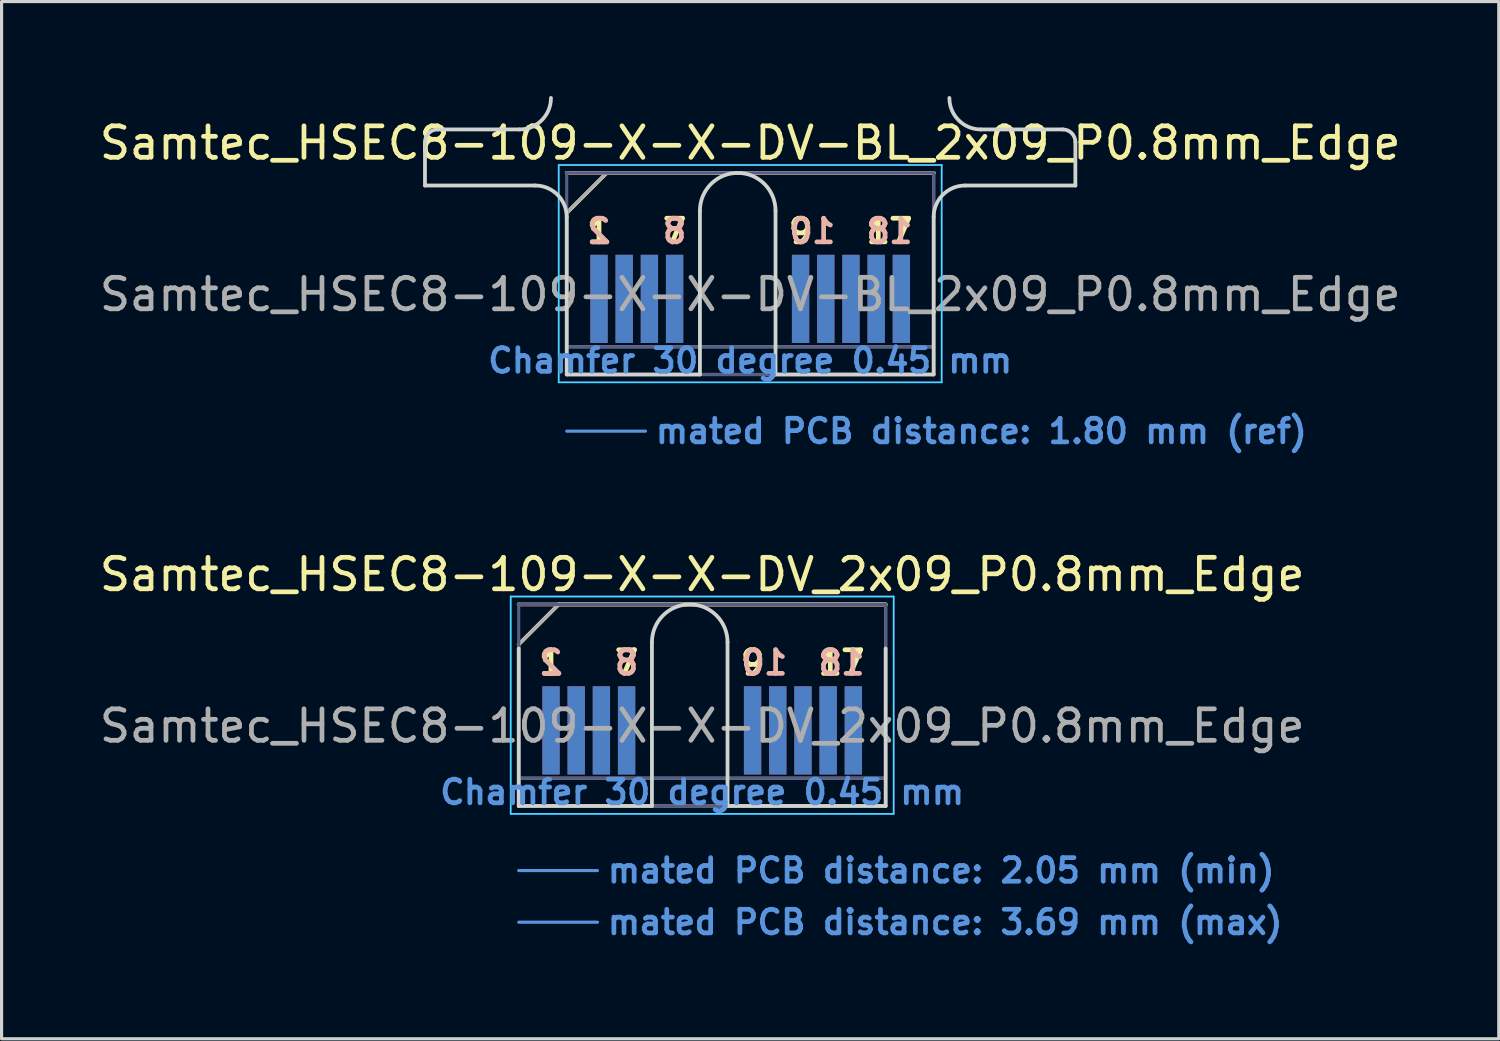
<source format=kicad_pcb>
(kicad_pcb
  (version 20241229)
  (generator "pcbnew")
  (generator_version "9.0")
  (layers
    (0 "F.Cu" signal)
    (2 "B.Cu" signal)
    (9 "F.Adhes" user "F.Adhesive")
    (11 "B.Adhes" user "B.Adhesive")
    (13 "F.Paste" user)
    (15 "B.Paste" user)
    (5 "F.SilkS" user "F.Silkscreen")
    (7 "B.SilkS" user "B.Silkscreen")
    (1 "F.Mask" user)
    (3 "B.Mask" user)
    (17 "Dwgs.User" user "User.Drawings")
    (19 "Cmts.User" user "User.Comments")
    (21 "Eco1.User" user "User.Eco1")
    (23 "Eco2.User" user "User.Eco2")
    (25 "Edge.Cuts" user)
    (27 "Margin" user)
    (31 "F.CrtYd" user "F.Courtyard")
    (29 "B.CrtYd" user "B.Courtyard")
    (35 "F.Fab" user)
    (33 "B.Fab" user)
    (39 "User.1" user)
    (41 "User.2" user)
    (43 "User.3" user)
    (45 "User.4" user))
  (footprint "Samtec_HSEC8-109-X-X-DV-BL_2x09_P0.8mm_Edge"
    (layer "F.Cu")
    (at 20.768 8.84)
    (property "Reference" "Samtec_HSEC8-109-X-X-DV-BL_2x09_P0.8mm_Edge" (at 0 -7.35 0) (layer "F.SilkS") (effects (font (size 1 1) (thickness 0.15))))
    (attr exclude_from_pos_files exclude_from_bom)
    (fp_line (start -5.825 -5.13) (end -4.555 -6.4) (stroke (width 0.12) (type solid)) (layer "F.SilkS"))
    (fp_line (start -4.555 -6.4) (end 5.825 -6.4) (stroke (width 0.12) (type solid)) (layer "F.SilkS"))
    (fp_line (start -5.825 -6.4) (end -5.825 -6.4) (stroke (width 0.12) (type solid)) (layer "B.SilkS"))
    (fp_line (start -5.825 -6.4) (end 5.825 -6.4) (stroke (width 0.12) (type solid)) (layer "B.SilkS"))
    (fp_line (start -5.825 1.8) (end -3.325 1.8) (stroke (width 0.1) (type solid)) (layer "Cmts.User"))
    (fp_line (start -10.325 -6) (end -10.325 -7.38) (stroke (width 0.12) (type solid)) (layer "Edge.Cuts"))
    (fp_line (start -9.925 -7.78) (end -7.325 -7.78) (stroke (width 0.12) (type solid)) (layer "Edge.Cuts"))
    (fp_line (start -6.825 -6) (end -10.325 -6) (stroke (width 0.12) (type solid)) (layer "Edge.Cuts"))
    (fp_line (start -5.825 -5) (end -5.825 0) (stroke (width 0.12) (type solid)) (layer "Edge.Cuts"))
    (fp_line (start -5.825 0) (end -1.595 0) (stroke (width 0.12) (type solid)) (layer "Edge.Cuts"))
    (fp_line (start -1.595 0) (end -1.595 -5.2) (stroke (width 0.12) (type solid)) (layer "Edge.Cuts"))
    (fp_line (start 0.805 -5.2) (end 0.805 0) (stroke (width 0.12) (type solid)) (layer "Edge.Cuts"))
    (fp_line (start 0.805 0) (end 5.825 0) (stroke (width 0.12) (type solid)) (layer "Edge.Cuts"))
    (fp_line (start 5.825 0) (end 5.825 -5) (stroke (width 0.12) (type solid)) (layer "Edge.Cuts"))
    (fp_line (start 6.825 -6) (end 10.325 -6) (stroke (width 0.12) (type solid)) (layer "Edge.Cuts"))
    (fp_line (start 9.925 -7.78) (end 7.325 -7.78) (stroke (width 0.12) (type solid)) (layer "Edge.Cuts"))
    (fp_line (start 10.325 -6) (end 10.325 -7.38) (stroke (width 0.12) (type solid)) (layer "Edge.Cuts"))
    (fp_arc (start -10.325 -7.38) (mid -10.207843 -7.662843) (end -9.925 -7.78) (stroke (width 0.12) (type solid)) (layer "Edge.Cuts"))
    (fp_arc (start -6.825 -6) (mid -6.117893 -5.707107) (end -5.825 -5) (stroke (width 0.12) (type solid)) (layer "Edge.Cuts"))
    (fp_arc (start -6.325 -8.78) (mid -6.617893 -8.072893) (end -7.325 -7.78) (stroke (width 0.12) (type solid)) (layer "Edge.Cuts"))
    (fp_arc (start -1.595 -5.2) (mid -0.395 -6.4) (end 0.805 -5.2) (stroke (width 0.12) (type solid)) (layer "Edge.Cuts"))
    (fp_arc (start 5.825 -5) (mid 6.117893 -5.707107) (end 6.825 -6) (stroke (width 0.12) (type solid)) (layer "Edge.Cuts"))
    (fp_arc (start 7.325 -7.78) (mid 6.617893 -8.072893) (end 6.325 -8.78) (stroke (width 0.12) (type solid)) (layer "Edge.Cuts"))
    (fp_arc (start 9.925 -7.78) (mid 10.207843 -7.662843) (end 10.325 -7.38) (stroke (width 0.12) (type solid)) (layer "Edge.Cuts"))
    (fp_line (start -6.08 -6.65) (end -6.08 0.25) (stroke (width 0.05) (type solid)) (layer "B.CrtYd"))
    (fp_line (start -6.08 0.25) (end 6.08 0.25) (stroke (width 0.05) (type solid)) (layer "B.CrtYd"))
    (fp_line (start 6.08 -6.65) (end -6.08 -6.65) (stroke (width 0.05) (type solid)) (layer "B.CrtYd"))
    (fp_line (start 6.08 0.25) (end 6.08 -6.65) (stroke (width 0.05) (type solid)) (layer "B.CrtYd"))
    (fp_line (start -6.08 -6.65) (end -6.08 0.25) (stroke (width 0.05) (type solid)) (layer "F.CrtYd"))
    (fp_line (start -6.08 0.25) (end 6.08 0.25) (stroke (width 0.05) (type solid)) (layer "F.CrtYd"))
    (fp_line (start 6.08 -6.65) (end -6.08 -6.65) (stroke (width 0.05) (type solid)) (layer "F.CrtYd"))
    (fp_line (start 6.08 0.25) (end 6.08 -6.65) (stroke (width 0.05) (type solid)) (layer "F.CrtYd"))
    (fp_line (start -5.825 -6.4) (end -5.825 -6.4) (stroke (width 0.1) (type solid)) (layer "B.Fab"))
    (fp_line (start -5.825 -6.4) (end -5.825 0) (stroke (width 0.1) (type solid)) (layer "B.Fab"))
    (fp_line (start -5.825 -6.4) (end 5.825 -6.4) (stroke (width 0.1) (type solid)) (layer "B.Fab"))
    (fp_line (start -5.825 -0.88) (end 5.825 -0.88) (stroke (width 0.1) (type solid)) (layer "B.Fab"))
    (fp_line (start -5.825 0) (end 5.825 0) (stroke (width 0.1) (type solid)) (layer "B.Fab"))
    (fp_line (start 5.825 -6.4) (end 5.825 0) (stroke (width 0.1) (type solid)) (layer "B.Fab"))
    (fp_line (start -5.825 -5.13) (end -5.825 0) (stroke (width 0.1) (type solid)) (layer "F.Fab"))
    (fp_line (start -5.825 -5.13) (end -4.555 -6.4) (stroke (width 0.1) (type solid)) (layer "F.Fab"))
    (fp_line (start -5.825 -0.88) (end 5.825 -0.88) (stroke (width 0.1) (type solid)) (layer "F.Fab"))
    (fp_line (start -5.825 0) (end 5.825 0) (stroke (width 0.1) (type solid)) (layer "F.Fab"))
    (fp_line (start -4.555 -6.4) (end 5.825 -6.4) (stroke (width 0.1) (type solid)) (layer "F.Fab"))
    (fp_line (start 5.825 -6.4) (end 5.825 0) (stroke (width 0.1) (type solid)) (layer "F.Fab"))
    (fp_text user "7" (at -2.4 -4.55 0) (layer "F.SilkS") (effects (font (size 0.75 0.75) (thickness 0.15))))
    (fp_text user "1" (at -4.8 -4.55 0) (layer "F.SilkS") (effects (font (size 0.75 0.75) (thickness 0.15))))
    (fp_text user "17" (at 4.425 -4.55 0) (layer "F.SilkS") (effects (font (size 0.75 0.75) (thickness 0.15))))
    (fp_text user "9" (at 1.6 -4.55 0) (layer "F.SilkS") (effects (font (size 0.75 0.75) (thickness 0.15))))
    (fp_text user "2" (at -4.8 -4.55 0) (layer "B.SilkS") (effects (font (size 0.75 0.75) (thickness 0.15)) (justify mirror)))
    (fp_text user "10" (at 1.975 -4.55 0) (layer "B.SilkS") (effects (font (size 0.75 0.75) (thickness 0.15)) (justify mirror)))
    (fp_text user "18" (at 4.425 -4.55 0) (layer "B.SilkS") (effects (font (size 0.75 0.75) (thickness 0.15)) (justify mirror)))
    (fp_text user "8" (at -2.4 -4.55 0) (layer "B.SilkS") (effects (font (size 0.75 0.75) (thickness 0.15)) (justify mirror)))
    (fp_text user "Chamfer 30 degree 0.45 mm" (at 0 -0.44 0) (layer "Cmts.User") (effects (font (size 0.75 0.75) (thickness 0.15))))
    (fp_text user "mated PCB distance: 1.80 mm (ref)" (at -3.08 1.8 0) (layer "Cmts.User") (effects (font (size 0.75 0.75) (thickness 0.15)) (justify left)))
    (fp_text user "${REFERENCE}" (at 0 -2.54 0) (layer "F.Fab") (effects (font (size 1 1) (thickness 0.15))))
    (pad "1" connect rect (at -4.8 -2.4) (size 0.55 2.8) (layers "F.Cu" "F.Mask"))
    (pad "2" connect rect (at -4.8 -2.4) (size 0.55 2.8) (layers "B.Cu" "B.Mask"))
    (pad "3" connect rect (at -4 -2.4) (size 0.55 2.8) (layers "F.Cu" "F.Mask"))
    (pad "4" connect rect (at -4 -2.4) (size 0.55 2.8) (layers "B.Cu" "B.Mask"))
    (pad "5" connect rect (at -3.2 -2.4) (size 0.55 2.8) (layers "F.Cu" "F.Mask"))
    (pad "6" connect rect (at -3.2 -2.4) (size 0.55 2.8) (layers "B.Cu" "B.Mask"))
    (pad "7" connect rect (at -2.4 -2.4) (size 0.55 2.8) (layers "F.Cu" "F.Mask"))
    (pad "8" connect rect (at -2.4 -2.4) (size 0.55 2.8) (layers "B.Cu" "B.Mask"))
    (pad "9" connect rect (at 1.6 -2.4) (size 0.55 2.8) (layers "F.Cu" "F.Mask"))
    (pad "10" connect rect (at 1.6 -2.4) (size 0.55 2.8) (layers "B.Cu" "B.Mask"))
    (pad "11" connect rect (at 2.4 -2.4) (size 0.55 2.8) (layers "F.Cu" "F.Mask"))
    (pad "12" connect rect (at 2.4 -2.4) (size 0.55 2.8) (layers "B.Cu" "B.Mask"))
    (pad "13" connect rect (at 3.2 -2.4) (size 0.55 2.8) (layers "F.Cu" "F.Mask"))
    (pad "14" connect rect (at 3.2 -2.4) (size 0.55 2.8) (layers "B.Cu" "B.Mask"))
    (pad "15" connect rect (at 4 -2.4) (size 0.55 2.8) (layers "F.Cu" "F.Mask"))
    (pad "16" connect rect (at 4 -2.4) (size 0.55 2.8) (layers "B.Cu" "B.Mask"))
    (pad "17" connect rect (at 4.8 -2.4) (size 0.55 2.8) (layers "F.Cu" "F.Mask"))
    (pad "18" connect rect (at 4.8 -2.4) (size 0.55 2.8) (layers "B.Cu" "B.Mask")))
  (footprint "Samtec_HSEC8-109-X-X-DV_2x09_P0.8mm_Edge"
    (layer "F.Cu")
    (at 19.244 22.54)
    (property "Reference" "Samtec_HSEC8-109-X-X-DV_2x09_P0.8mm_Edge" (at 0 -7.35 0) (layer "F.SilkS") (effects (font (size 1 1) (thickness 0.15))))
    (attr exclude_from_pos_files exclude_from_bom)
    (fp_line (start -5.825 -5.13) (end -4.555 -6.4) (stroke (width 0.12) (type solid)) (layer "F.SilkS"))
    (fp_line (start -4.555 -6.4) (end 5.825 -6.4) (stroke (width 0.12) (type solid)) (layer "F.SilkS"))
    (fp_line (start -5.825 -6.4) (end -5.825 -6.4) (stroke (width 0.12) (type solid)) (layer "B.SilkS"))
    (fp_line (start -5.825 -6.4) (end 5.825 -6.4) (stroke (width 0.12) (type solid)) (layer "B.SilkS"))
    (fp_line (start -5.825 2.05) (end -3.325 2.05) (stroke (width 0.1) (type solid)) (layer "Cmts.User"))
    (fp_line (start -5.825 3.69) (end -3.325 3.69) (stroke (width 0.1) (type solid)) (layer "Cmts.User"))
    (fp_line (start -5.825 -5) (end -5.825 0) (stroke (width 0.12) (type solid)) (layer "Edge.Cuts"))
    (fp_line (start -5.825 0) (end -1.595 0) (stroke (width 0.12) (type solid)) (layer "Edge.Cuts"))
    (fp_line (start -1.595 0) (end -1.595 -5.2) (stroke (width 0.12) (type solid)) (layer "Edge.Cuts"))
    (fp_line (start 0.805 -5.2) (end 0.805 0) (stroke (width 0.12) (type solid)) (layer "Edge.Cuts"))
    (fp_line (start 0.805 0) (end 5.825 0) (stroke (width 0.12) (type solid)) (layer "Edge.Cuts"))
    (fp_line (start 5.825 0) (end 5.825 -5) (stroke (width 0.12) (type solid)) (layer "Edge.Cuts"))
    (fp_arc (start -1.595 -5.2) (mid -0.395 -6.4) (end 0.805 -5.2) (stroke (width 0.12) (type solid)) (layer "Edge.Cuts"))
    (fp_line (start -6.08 -6.65) (end -6.08 0.25) (stroke (width 0.05) (type solid)) (layer "B.CrtYd"))
    (fp_line (start -6.08 0.25) (end 6.08 0.25) (stroke (width 0.05) (type solid)) (layer "B.CrtYd"))
    (fp_line (start 6.08 -6.65) (end -6.08 -6.65) (stroke (width 0.05) (type solid)) (layer "B.CrtYd"))
    (fp_line (start 6.08 0.25) (end 6.08 -6.65) (stroke (width 0.05) (type solid)) (layer "B.CrtYd"))
    (fp_line (start -6.08 -6.65) (end -6.08 0.25) (stroke (width 0.05) (type solid)) (layer "F.CrtYd"))
    (fp_line (start -6.08 0.25) (end 6.08 0.25) (stroke (width 0.05) (type solid)) (layer "F.CrtYd"))
    (fp_line (start 6.08 -6.65) (end -6.08 -6.65) (stroke (width 0.05) (type solid)) (layer "F.CrtYd"))
    (fp_line (start 6.08 0.25) (end 6.08 -6.65) (stroke (width 0.05) (type solid)) (layer "F.CrtYd"))
    (fp_line (start -5.825 -6.4) (end -5.825 -6.4) (stroke (width 0.1) (type solid)) (layer "B.Fab"))
    (fp_line (start -5.825 -6.4) (end -5.825 0) (stroke (width 0.1) (type solid)) (layer "B.Fab"))
    (fp_line (start -5.825 -6.4) (end 5.825 -6.4) (stroke (width 0.1) (type solid)) (layer "B.Fab"))
    (fp_line (start -5.825 -0.88) (end 5.825 -0.88) (stroke (width 0.1) (type solid)) (layer "B.Fab"))
    (fp_line (start -5.825 0) (end 5.825 0) (stroke (width 0.1) (type solid)) (layer "B.Fab"))
    (fp_line (start 5.825 -6.4) (end 5.825 0) (stroke (width 0.1) (type solid)) (layer "B.Fab"))
    (fp_line (start -5.825 -5.13) (end -5.825 0) (stroke (width 0.1) (type solid)) (layer "F.Fab"))
    (fp_line (start -5.825 -5.13) (end -4.555 -6.4) (stroke (width 0.1) (type solid)) (layer "F.Fab"))
    (fp_line (start -5.825 -0.88) (end 5.825 -0.88) (stroke (width 0.1) (type solid)) (layer "F.Fab"))
    (fp_line (start -5.825 0) (end 5.825 0) (stroke (width 0.1) (type solid)) (layer "F.Fab"))
    (fp_line (start -4.555 -6.4) (end 5.825 -6.4) (stroke (width 0.1) (type solid)) (layer "F.Fab"))
    (fp_line (start 5.825 -6.4) (end 5.825 0) (stroke (width 0.1) (type solid)) (layer "F.Fab"))
    (fp_text user "1" (at -4.8 -4.55 0) (layer "F.SilkS") (effects (font (size 0.75 0.75) (thickness 0.15))))
    (fp_text user "17" (at 4.425 -4.55 0) (layer "F.SilkS") (effects (font (size 0.75 0.75) (thickness 0.15))))
    (fp_text user "9" (at 1.6 -4.55 0) (layer "F.SilkS") (effects (font (size 0.75 0.75) (thickness 0.15))))
    (fp_text user "7" (at -2.4 -4.55 0) (layer "F.SilkS") (effects (font (size 0.75 0.75) (thickness 0.15))))
    (fp_text user "10" (at 1.975 -4.55 0) (layer "B.SilkS") (effects (font (size 0.75 0.75) (thickness 0.15)) (justify mirror)))
    (fp_text user "2" (at -4.8 -4.55 0) (layer "B.SilkS") (effects (font (size 0.75 0.75) (thickness 0.15)) (justify mirror)))
    (fp_text user "18" (at 4.425 -4.55 0) (layer "B.SilkS") (effects (font (size 0.75 0.75) (thickness 0.15)) (justify mirror)))
    (fp_text user "8" (at -2.4 -4.55 0) (layer "B.SilkS") (effects (font (size 0.75 0.75) (thickness 0.15)) (justify mirror)))
    (fp_text user "mated PCB distance: 3.69 mm (max)" (at -3.08 3.69 0) (layer "Cmts.User") (effects (font (size 0.75 0.75) (thickness 0.15)) (justify left)))
    (fp_text user "Chamfer 30 degree 0.45 mm" (at 0 -0.44 0) (layer "Cmts.User") (effects (font (size 0.75 0.75) (thickness 0.15))))
    (fp_text user "mated PCB distance: 2.05 mm (min)" (at -3.08 2.05 0) (layer "Cmts.User") (effects (font (size 0.75 0.75) (thickness 0.15)) (justify left)))
    (fp_text user "${REFERENCE}" (at 0 -2.54 0) (layer "F.Fab") (effects (font (size 1 1) (thickness 0.15))))
    (pad "1" connect rect (at -4.8 -2.4) (size 0.55 2.8) (layers "F.Cu" "F.Mask"))
    (pad "2" connect rect (at -4.8 -2.4) (size 0.55 2.8) (layers "B.Cu" "B.Mask"))
    (pad "3" connect rect (at -4 -2.4) (size 0.55 2.8) (layers "F.Cu" "F.Mask"))
    (pad "4" connect rect (at -4 -2.4) (size 0.55 2.8) (layers "B.Cu" "B.Mask"))
    (pad "5" connect rect (at -3.2 -2.4) (size 0.55 2.8) (layers "F.Cu" "F.Mask"))
    (pad "6" connect rect (at -3.2 -2.4) (size 0.55 2.8) (layers "B.Cu" "B.Mask"))
    (pad "7" connect rect (at -2.4 -2.4) (size 0.55 2.8) (layers "F.Cu" "F.Mask"))
    (pad "8" connect rect (at -2.4 -2.4) (size 0.55 2.8) (layers "B.Cu" "B.Mask"))
    (pad "9" connect rect (at 1.6 -2.4) (size 0.55 2.8) (layers "F.Cu" "F.Mask"))
    (pad "10" connect rect (at 1.6 -2.4) (size 0.55 2.8) (layers "B.Cu" "B.Mask"))
    (pad "11" connect rect (at 2.4 -2.4) (size 0.55 2.8) (layers "F.Cu" "F.Mask"))
    (pad "12" connect rect (at 2.4 -2.4) (size 0.55 2.8) (layers "B.Cu" "B.Mask"))
    (pad "13" connect rect (at 3.2 -2.4) (size 0.55 2.8) (layers "F.Cu" "F.Mask"))
    (pad "14" connect rect (at 3.2 -2.4) (size 0.55 2.8) (layers "B.Cu" "B.Mask"))
    (pad "15" connect rect (at 4 -2.4) (size 0.55 2.8) (layers "F.Cu" "F.Mask"))
    (pad "16" connect rect (at 4 -2.4) (size 0.55 2.8) (layers "B.Cu" "B.Mask"))
    (pad "17" connect rect (at 4.8 -2.4) (size 0.55 2.8) (layers "F.Cu" "F.Mask"))
    (pad "18" connect rect (at 4.8 -2.4) (size 0.55 2.8) (layers "B.Cu" "B.Mask")))
  (gr_rect
    (start -3 -3)
    (end 44.536 29.932)
    (stroke (width 0.1) (type default))
    (fill no)
    (layer "Edge.Cuts")))
</source>
